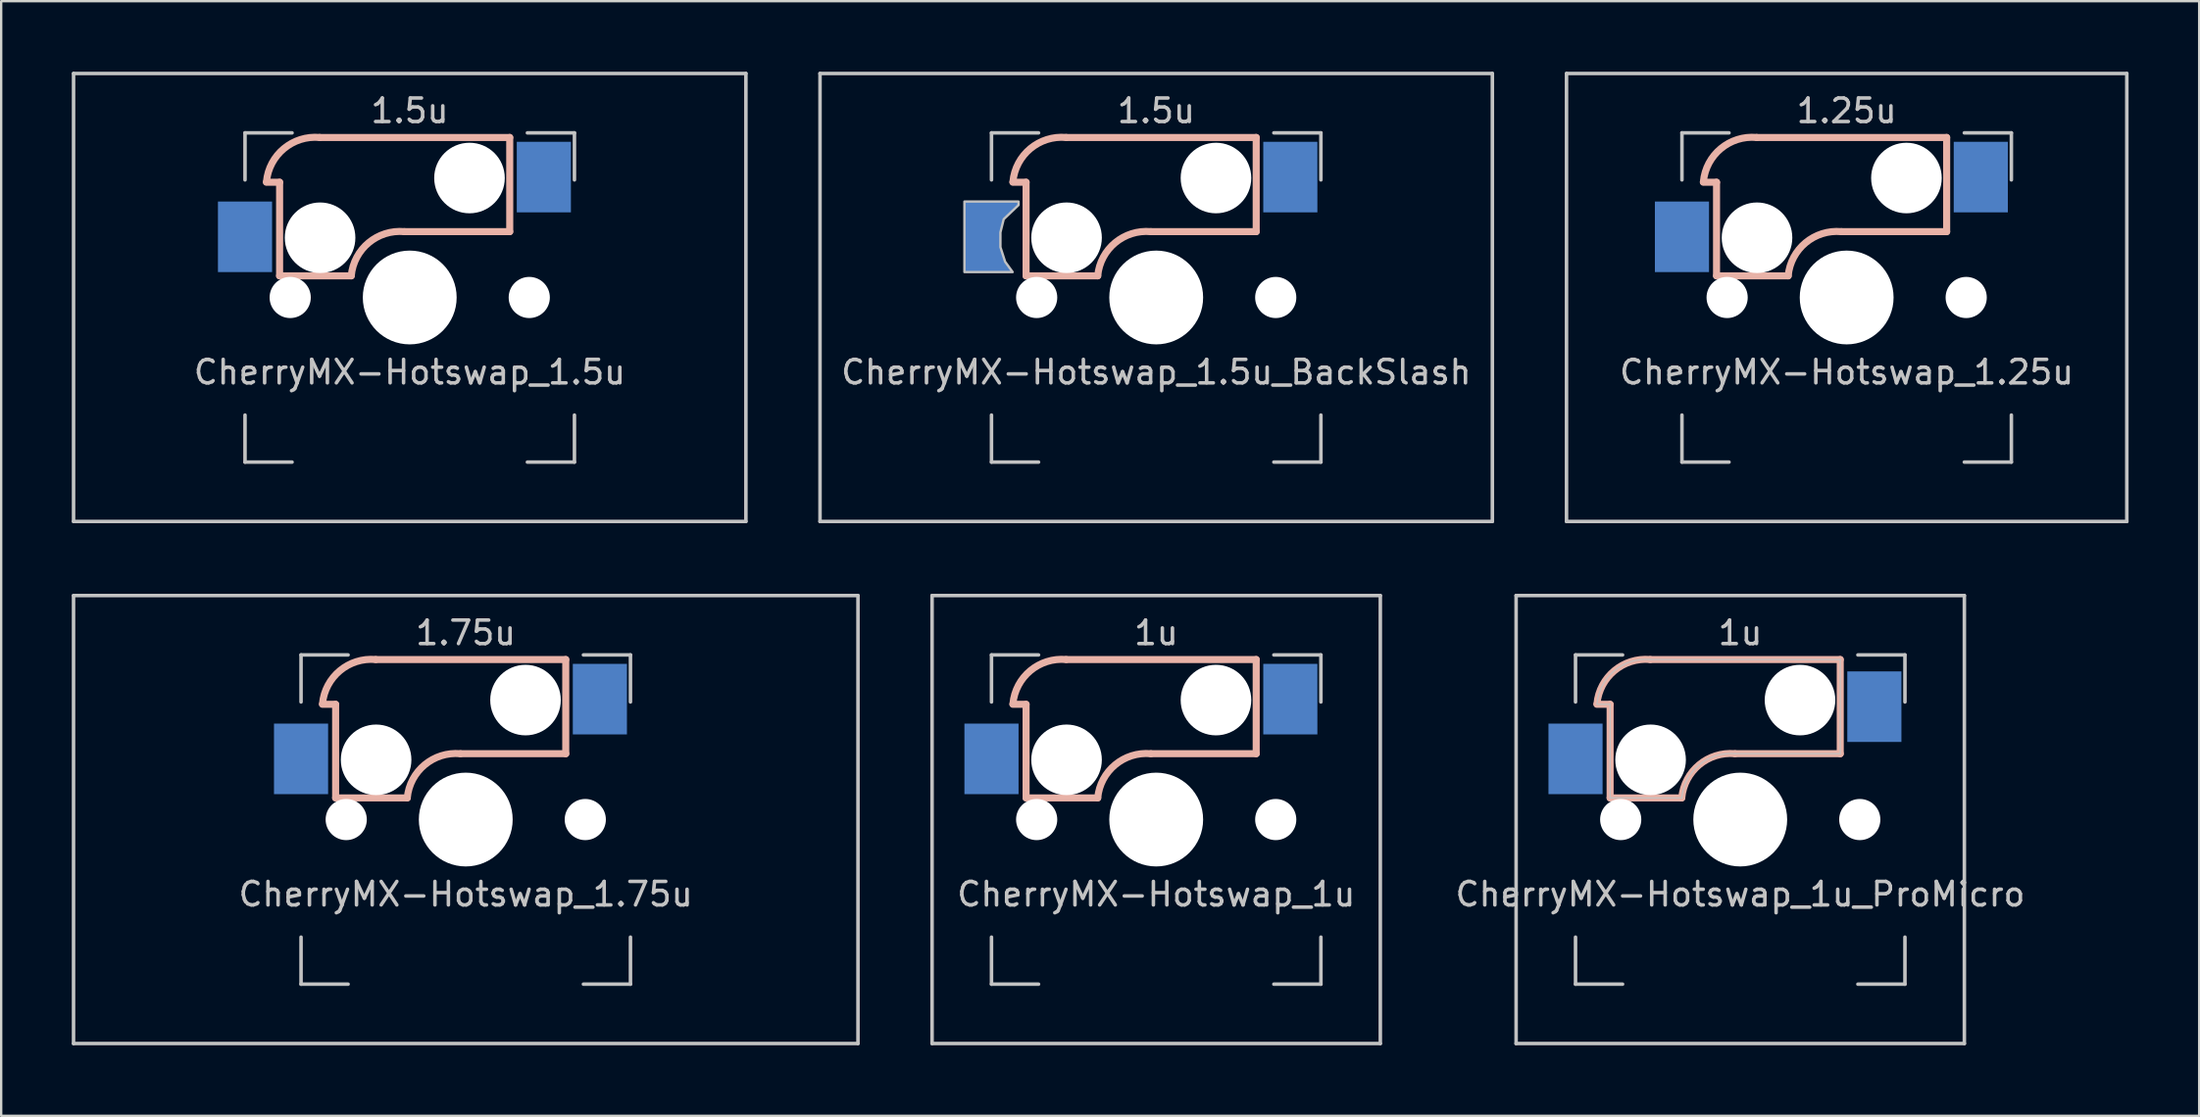
<source format=kicad_pcb>
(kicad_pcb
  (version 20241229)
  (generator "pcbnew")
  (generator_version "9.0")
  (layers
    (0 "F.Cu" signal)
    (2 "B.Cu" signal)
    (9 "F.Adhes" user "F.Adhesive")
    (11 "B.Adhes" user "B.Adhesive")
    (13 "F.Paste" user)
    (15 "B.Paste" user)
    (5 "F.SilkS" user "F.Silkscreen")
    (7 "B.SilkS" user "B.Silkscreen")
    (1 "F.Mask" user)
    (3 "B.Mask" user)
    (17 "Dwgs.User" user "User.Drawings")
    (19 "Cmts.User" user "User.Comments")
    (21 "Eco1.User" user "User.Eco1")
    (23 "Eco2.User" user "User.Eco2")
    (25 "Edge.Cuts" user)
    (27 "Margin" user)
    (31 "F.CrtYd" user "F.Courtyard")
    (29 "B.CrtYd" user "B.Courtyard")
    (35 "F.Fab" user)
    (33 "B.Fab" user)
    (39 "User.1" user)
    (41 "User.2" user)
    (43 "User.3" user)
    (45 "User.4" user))
  (footprint "CherryMX-Hotswap_1.75u"
    (layer "F.Cu")
    (at 16.744 31.8)
    (property "Reference" "CherryMX-Hotswap_1.75u" (at 0 3.175 0) (layer "Dwgs.User") (effects (font (size 1 1) (thickness 0.15))))
    (attr through_hole)
    (fp_line (start -6.09 -4.9) (end -5.53 -4.9) (stroke (width 0.3) (type solid)) (layer "B.SilkS"))
    (fp_line (start -5.53 -4.9) (end -5.53 -0.92) (stroke (width 0.3) (type solid)) (layer "B.SilkS"))
    (fp_line (start -5.53 -0.92) (end -2.485 -0.92) (stroke (width 0.3) (type solid)) (layer "B.SilkS"))
    (fp_line (start 4.25 -6.804) (end -3.825 -6.804) (stroke (width 0.3) (type solid)) (layer "B.SilkS"))
    (fp_line (start 4.25 -2.8) (end -0.225 -2.8) (stroke (width 0.3) (type solid)) (layer "B.SilkS"))
    (fp_line (start 4.25 -2.8) (end 4.25 -6.804) (stroke (width 0.3) (type solid)) (layer "B.SilkS"))
    (fp_arc (start -6.089 -4.92) (mid -5.347189 -6.33089) (end -3.825 -6.804) (stroke (width 0.3) (type solid)) (layer "B.SilkS"))
    (fp_arc (start -2.485 -0.92) (mid -1.744361 -2.328061) (end -0.225 -2.8) (stroke (width 0.3) (type solid)) (layer "B.SilkS"))
    (fp_line (start -16.669 9.525) (end -16.669 -9.525) (stroke (width 0.15) (type solid)) (layer "Dwgs.User"))
    (fp_line (start -7 -7) (end -7 -5) (stroke (width 0.15) (type solid)) (layer "Dwgs.User"))
    (fp_line (start -7 5) (end -7 7) (stroke (width 0.15) (type solid)) (layer "Dwgs.User"))
    (fp_line (start -7 7) (end -5 7) (stroke (width 0.15) (type solid)) (layer "Dwgs.User"))
    (fp_line (start -5 -7) (end -7 -7) (stroke (width 0.15) (type solid)) (layer "Dwgs.User"))
    (fp_line (start 5 -7) (end 7 -7) (stroke (width 0.15) (type solid)) (layer "Dwgs.User"))
    (fp_line (start 5 7) (end 7 7) (stroke (width 0.15) (type solid)) (layer "Dwgs.User"))
    (fp_line (start 7 -7) (end 7 -5) (stroke (width 0.15) (type solid)) (layer "Dwgs.User"))
    (fp_line (start 7 7) (end 7 5) (stroke (width 0.15) (type solid)) (layer "Dwgs.User"))
    (fp_line (start 16.669 -9.525) (end -16.669 -9.525) (stroke (width 0.15) (type solid)) (layer "Dwgs.User"))
    (fp_line (start 16.669 -9.525) (end 16.669 9.525) (stroke (width 0.15) (type solid)) (layer "Dwgs.User"))
    (fp_line (start 16.669 9.525) (end -16.669 9.525) (stroke (width 0.15) (type solid)) (layer "Dwgs.User"))
    (fp_text user "1.75u" (at 0 -7.938 0) (layer "Dwgs.User") (effects (font (size 1 1) (thickness 0.15))))
    (pad "" np_thru_hole circle (at -5.08 0 48.1) (size 1.75 1.75) (drill 1.75) (layers "*.Cu" "*.Mask"))
    (pad "" np_thru_hole circle (at -3.81 -2.54 180) (size 3 3) (drill 3) (layers "*.Cu" "*.Mask"))
    (pad "" np_thru_hole circle (at 0 0) (size 3.988 3.988) (drill 3.988) (layers "*.Cu" "*.Mask"))
    (pad "" np_thru_hole circle (at 2.54 -5.08 180) (size 3 3) (drill 3) (layers "*.Cu" "*.Mask"))
    (pad "" np_thru_hole circle (at 5.08 0 48.1) (size 1.75 1.75) (drill 1.75) (layers "*.Cu" "*.Mask"))
    (pad "1" smd rect (at -7 -2.58 180) (size 2.3 3) (layers "B.Cu" "B.Mask" "B.Paste"))
    (pad "2" smd rect (at 5.7 -5.12 180) (size 2.3 3) (layers "B.Cu" "B.Mask" "B.Paste")))
  (footprint "CherryMX-Hotswap_1u"
    (layer "F.Cu")
    (at 46.087 31.8)
    (property "Reference" "CherryMX-Hotswap_1u" (at 0 3.175 0) (layer "Dwgs.User") (effects (font (size 1 1) (thickness 0.15))))
    (attr through_hole)
    (fp_line (start -6.09 -4.9) (end -5.53 -4.9) (stroke (width 0.3) (type solid)) (layer "B.SilkS"))
    (fp_line (start -5.53 -4.9) (end -5.53 -0.92) (stroke (width 0.3) (type solid)) (layer "B.SilkS"))
    (fp_line (start -5.53 -0.92) (end -2.485 -0.92) (stroke (width 0.3) (type solid)) (layer "B.SilkS"))
    (fp_line (start 4.25 -6.804) (end -3.825 -6.804) (stroke (width 0.3) (type solid)) (layer "B.SilkS"))
    (fp_line (start 4.25 -2.8) (end -0.225 -2.8) (stroke (width 0.3) (type solid)) (layer "B.SilkS"))
    (fp_line (start 4.25 -2.8) (end 4.25 -6.804) (stroke (width 0.3) (type solid)) (layer "B.SilkS"))
    (fp_arc (start -6.089 -4.92) (mid -5.347189 -6.33089) (end -3.825 -6.804) (stroke (width 0.3) (type solid)) (layer "B.SilkS"))
    (fp_arc (start -2.485 -0.92) (mid -1.744361 -2.328061) (end -0.225 -2.8) (stroke (width 0.3) (type solid)) (layer "B.SilkS"))
    (fp_line (start -9.525 -9.525) (end 9.525 -9.525) (stroke (width 0.15) (type solid)) (layer "Dwgs.User"))
    (fp_line (start -9.525 9.525) (end -9.525 -9.525) (stroke (width 0.15) (type solid)) (layer "Dwgs.User"))
    (fp_line (start -7 -7) (end -7 -5) (stroke (width 0.15) (type solid)) (layer "Dwgs.User"))
    (fp_line (start -7 5) (end -7 7) (stroke (width 0.15) (type solid)) (layer "Dwgs.User"))
    (fp_line (start -7 7) (end -5 7) (stroke (width 0.15) (type solid)) (layer "Dwgs.User"))
    (fp_line (start -5 -7) (end -7 -7) (stroke (width 0.15) (type solid)) (layer "Dwgs.User"))
    (fp_line (start 5 -7) (end 7 -7) (stroke (width 0.15) (type solid)) (layer "Dwgs.User"))
    (fp_line (start 5 7) (end 7 7) (stroke (width 0.15) (type solid)) (layer "Dwgs.User"))
    (fp_line (start 7 -7) (end 7 -5) (stroke (width 0.15) (type solid)) (layer "Dwgs.User"))
    (fp_line (start 7 7) (end 7 5) (stroke (width 0.15) (type solid)) (layer "Dwgs.User"))
    (fp_line (start 9.525 -9.525) (end 9.525 9.525) (stroke (width 0.15) (type solid)) (layer "Dwgs.User"))
    (fp_line (start 9.525 9.525) (end -9.525 9.525) (stroke (width 0.15) (type solid)) (layer "Dwgs.User"))
    (fp_text user "1u" (at 0 -7.938 0) (layer "Dwgs.User") (effects (font (size 1 1) (thickness 0.15))))
    (pad "" np_thru_hole circle (at -5.08 0 48.1) (size 1.75 1.75) (drill 1.75) (layers "*.Cu" "*.Mask"))
    (pad "" np_thru_hole circle (at -3.81 -2.54 180) (size 3 3) (drill 3) (layers "*.Cu" "*.Mask"))
    (pad "" np_thru_hole circle (at 0 0) (size 3.988 3.988) (drill 3.988) (layers "*.Cu" "*.Mask"))
    (pad "" np_thru_hole circle (at 2.54 -5.08 180) (size 3 3) (drill 3) (layers "*.Cu" "*.Mask"))
    (pad "" np_thru_hole circle (at 5.08 0 48.1) (size 1.75 1.75) (drill 1.75) (layers "*.Cu" "*.Mask"))
    (pad "1" smd rect (at -7 -2.58 180) (size 2.3 3) (layers "B.Cu" "B.Mask" "B.Paste"))
    (pad "2" smd rect (at 5.7 -5.12 180) (size 2.3 3) (layers "B.Cu" "B.Mask" "B.Paste")))
  (footprint "CherryMX-Hotswap_1u_ProMicro"
    (layer "F.Cu")
    (at 70.908 31.8)
    (property "Reference" "CherryMX-Hotswap_1u_ProMicro" (at 0 3.175 0) (layer "Dwgs.User") (effects (font (size 1 1) (thickness 0.15))))
    (attr through_hole)
    (fp_line (start -6.09 -4.9) (end -5.53 -4.9) (stroke (width 0.3) (type solid)) (layer "B.SilkS"))
    (fp_line (start -5.53 -4.9) (end -5.53 -0.92) (stroke (width 0.3) (type solid)) (layer "B.SilkS"))
    (fp_line (start -5.53 -0.92) (end -2.485 -0.92) (stroke (width 0.3) (type solid)) (layer "B.SilkS"))
    (fp_line (start 4.25 -6.804) (end -3.825 -6.804) (stroke (width 0.3) (type solid)) (layer "B.SilkS"))
    (fp_line (start 4.25 -2.8) (end -0.225 -2.8) (stroke (width 0.3) (type solid)) (layer "B.SilkS"))
    (fp_line (start 4.25 -2.8) (end 4.25 -6.804) (stroke (width 0.3) (type solid)) (layer "B.SilkS"))
    (fp_arc (start -6.089 -4.92) (mid -5.347189 -6.33089) (end -3.825 -6.804) (stroke (width 0.3) (type solid)) (layer "B.SilkS"))
    (fp_arc (start -2.485 -0.92) (mid -1.744361 -2.328061) (end -0.225 -2.8) (stroke (width 0.3) (type solid)) (layer "B.SilkS"))
    (fp_line (start -9.525 -9.525) (end 9.525 -9.525) (stroke (width 0.15) (type solid)) (layer "Dwgs.User"))
    (fp_line (start -9.525 9.525) (end -9.525 -9.525) (stroke (width 0.15) (type solid)) (layer "Dwgs.User"))
    (fp_line (start -7 -7) (end -7 -5) (stroke (width 0.15) (type solid)) (layer "Dwgs.User"))
    (fp_line (start -7 5) (end -7 7) (stroke (width 0.15) (type solid)) (layer "Dwgs.User"))
    (fp_line (start -7 7) (end -5 7) (stroke (width 0.15) (type solid)) (layer "Dwgs.User"))
    (fp_line (start -6.09 -4.9) (end -5.53 -4.9) (stroke (width 0.05) (type solid)) (layer "Dwgs.User"))
    (fp_line (start -5.53 -4.9) (end -5.53 -0.92) (stroke (width 0.05) (type solid)) (layer "Dwgs.User"))
    (fp_line (start -5.53 -0.92) (end -2.485 -0.92) (stroke (width 0.05) (type solid)) (layer "Dwgs.User"))
    (fp_line (start -5 -7) (end -7 -7) (stroke (width 0.15) (type solid)) (layer "Dwgs.User"))
    (fp_line (start 4.25 -6.804) (end -3.825 -6.804) (stroke (width 0.05) (type solid)) (layer "Dwgs.User"))
    (fp_line (start 4.25 -2.8) (end -0.225 -2.8) (stroke (width 0.05) (type solid)) (layer "Dwgs.User"))
    (fp_line (start 4.25 -2.8) (end 4.25 -6.804) (stroke (width 0.05) (type solid)) (layer "Dwgs.User"))
    (fp_line (start 5 -7) (end 7 -7) (stroke (width 0.15) (type solid)) (layer "Dwgs.User"))
    (fp_line (start 5 7) (end 7 7) (stroke (width 0.15) (type solid)) (layer "Dwgs.User"))
    (fp_line (start 7 -7) (end 7 -5) (stroke (width 0.15) (type solid)) (layer "Dwgs.User"))
    (fp_line (start 7 7) (end 7 5) (stroke (width 0.15) (type solid)) (layer "Dwgs.User"))
    (fp_line (start 9.525 -9.525) (end 9.525 9.525) (stroke (width 0.15) (type solid)) (layer "Dwgs.User"))
    (fp_line (start 9.525 9.525) (end -9.525 9.525) (stroke (width 0.15) (type solid)) (layer "Dwgs.User"))
    (fp_arc (start -6.089 -4.92) (mid -5.347189 -6.33089) (end -3.825 -6.804) (stroke (width 0.05) (type solid)) (layer "Dwgs.User"))
    (fp_arc (start -2.485 -0.92) (mid -1.744361 -2.328061) (end -0.225 -2.8) (stroke (width 0.05) (type solid)) (layer "Dwgs.User"))
    (fp_text user "1u" (at 0 -7.938 0) (layer "Dwgs.User") (effects (font (size 1 1) (thickness 0.15))))
    (pad "" np_thru_hole circle (at -5.08 0 48.1) (size 1.75 1.75) (drill 1.75) (layers "*.Cu" "*.Mask"))
    (pad "" np_thru_hole circle (at -3.81 -2.54 180) (size 3 3) (drill 3) (layers "*.Cu" "*.Mask"))
    (pad "" np_thru_hole circle (at 0 0) (size 3.988 3.988) (drill 3.988) (layers "*.Cu" "*.Mask"))
    (pad "" np_thru_hole circle (at 2.54 -5.08 180) (size 3 3) (drill 3) (layers "*.Cu" "*.Mask"))
    (pad "" np_thru_hole circle (at 5.08 0 48.1) (size 1.75 1.75) (drill 1.75) (layers "*.Cu" "*.Mask"))
    (pad "1" smd rect (at -7 -2.58 180) (size 2.3 3) (layers "B.Cu" "B.Mask" "B.Paste"))
    (pad "2" smd rect (at 5.7 -4.8 180) (size 2.3 3) (layers "B.Cu" "B.Mask" "B.Paste")))
  (footprint "CherryMX-Hotswap_1.25u"
    (layer "F.Cu")
    (at 75.431 9.6)
    (property "Reference" "CherryMX-Hotswap_1.25u" (at 0 3.175 0) (layer "Dwgs.User") (effects (font (size 1 1) (thickness 0.15))))
    (attr through_hole)
    (fp_line (start -6.09 -4.9) (end -5.53 -4.9) (stroke (width 0.3) (type solid)) (layer "B.SilkS"))
    (fp_line (start -5.53 -4.9) (end -5.53 -0.92) (stroke (width 0.3) (type solid)) (layer "B.SilkS"))
    (fp_line (start -5.53 -0.92) (end -2.485 -0.92) (stroke (width 0.3) (type solid)) (layer "B.SilkS"))
    (fp_line (start 4.25 -6.804) (end -3.825 -6.804) (stroke (width 0.3) (type solid)) (layer "B.SilkS"))
    (fp_line (start 4.25 -2.8) (end -0.225 -2.8) (stroke (width 0.3) (type solid)) (layer "B.SilkS"))
    (fp_line (start 4.25 -2.8) (end 4.25 -6.804) (stroke (width 0.3) (type solid)) (layer "B.SilkS"))
    (fp_arc (start -6.089 -4.92) (mid -5.347189 -6.33089) (end -3.825 -6.804) (stroke (width 0.3) (type solid)) (layer "B.SilkS"))
    (fp_arc (start -2.485 -0.92) (mid -1.744361 -2.328061) (end -0.225 -2.8) (stroke (width 0.3) (type solid)) (layer "B.SilkS"))
    (fp_line (start -11.906 9.525) (end -11.906 -9.525) (stroke (width 0.15) (type solid)) (layer "Dwgs.User"))
    (fp_line (start -7 -7) (end -7 -5) (stroke (width 0.15) (type solid)) (layer "Dwgs.User"))
    (fp_line (start -7 5) (end -7 7) (stroke (width 0.15) (type solid)) (layer "Dwgs.User"))
    (fp_line (start -7 7) (end -5 7) (stroke (width 0.15) (type solid)) (layer "Dwgs.User"))
    (fp_line (start -5 -7) (end -7 -7) (stroke (width 0.15) (type solid)) (layer "Dwgs.User"))
    (fp_line (start 5 -7) (end 7 -7) (stroke (width 0.15) (type solid)) (layer "Dwgs.User"))
    (fp_line (start 5 7) (end 7 7) (stroke (width 0.15) (type solid)) (layer "Dwgs.User"))
    (fp_line (start 7 -7) (end 7 -5) (stroke (width 0.15) (type solid)) (layer "Dwgs.User"))
    (fp_line (start 7 7) (end 7 5) (stroke (width 0.15) (type solid)) (layer "Dwgs.User"))
    (fp_line (start 11.906 -9.525) (end -11.906 -9.525) (stroke (width 0.15) (type solid)) (layer "Dwgs.User"))
    (fp_line (start 11.906 9.525) (end -11.906 9.525) (stroke (width 0.15) (type solid)) (layer "Dwgs.User"))
    (fp_line (start 11.906 9.525) (end 11.906 -9.525) (stroke (width 0.15) (type solid)) (layer "Dwgs.User"))
    (fp_text user "1.25u" (at 0 -7.938 0) (layer "Dwgs.User") (effects (font (size 1 1) (thickness 0.15))))
    (pad "" np_thru_hole circle (at -5.08 0 48.1) (size 1.75 1.75) (drill 1.75) (layers "*.Cu" "*.Mask"))
    (pad "" np_thru_hole circle (at -3.81 -2.54 180) (size 3 3) (drill 3) (layers "*.Cu" "*.Mask"))
    (pad "" np_thru_hole circle (at 0 0) (size 3.988 3.988) (drill 3.988) (layers "*.Cu" "*.Mask"))
    (pad "" np_thru_hole circle (at 2.54 -5.08 180) (size 3 3) (drill 3) (layers "*.Cu" "*.Mask"))
    (pad "" np_thru_hole circle (at 5.08 0 48.1) (size 1.75 1.75) (drill 1.75) (layers "*.Cu" "*.Mask"))
    (pad "1" smd rect (at -7 -2.58 180) (size 2.3 3) (layers "B.Cu" "B.Mask" "B.Paste"))
    (pad "2" smd rect (at 5.7 -5.12 180) (size 2.3 3) (layers "B.Cu" "B.Mask" "B.Paste")))
  (footprint "CherryMX-Hotswap_1.5u_BackSlash"
    (layer "F.Cu")
    (at 46.087 9.6)
    (property "Reference" "CherryMX-Hotswap_1.5u_BackSlash" (at 0 3.175 0) (layer "Dwgs.User") (effects (font (size 1 1) (thickness 0.15))))
    (attr through_hole)
    (fp_line (start -6.09 -4.9) (end -5.53 -4.9) (stroke (width 0.3) (type solid)) (layer "B.SilkS"))
    (fp_line (start -5.53 -4.9) (end -5.53 -0.92) (stroke (width 0.3) (type solid)) (layer "B.SilkS"))
    (fp_line (start -5.53 -0.92) (end -2.485 -0.92) (stroke (width 0.3) (type solid)) (layer "B.SilkS"))
    (fp_line (start 4.25 -6.804) (end -3.825 -6.804) (stroke (width 0.3) (type solid)) (layer "B.SilkS"))
    (fp_line (start 4.25 -2.8) (end -0.225 -2.8) (stroke (width 0.3) (type solid)) (layer "B.SilkS"))
    (fp_line (start 4.25 -2.8) (end 4.25 -6.804) (stroke (width 0.3) (type solid)) (layer "B.SilkS"))
    (fp_arc (start -6.089 -4.92) (mid -5.347189 -6.33089) (end -3.825 -6.804) (stroke (width 0.3) (type solid)) (layer "B.SilkS"))
    (fp_arc (start -2.485 -0.92) (mid -1.744361 -2.328061) (end -0.225 -2.8) (stroke (width 0.3) (type solid)) (layer "B.SilkS"))
    (fp_line (start -14.287 9.525) (end -14.287 -9.525) (stroke (width 0.15) (type solid)) (layer "Dwgs.User"))
    (fp_line (start -7 -7) (end -7 -5) (stroke (width 0.15) (type solid)) (layer "Dwgs.User"))
    (fp_line (start -7 5) (end -7 7) (stroke (width 0.15) (type solid)) (layer "Dwgs.User"))
    (fp_line (start -7 7) (end -5 7) (stroke (width 0.15) (type solid)) (layer "Dwgs.User"))
    (fp_line (start -5 -7) (end -7 -7) (stroke (width 0.15) (type solid)) (layer "Dwgs.User"))
    (fp_line (start 5 -7) (end 7 -7) (stroke (width 0.15) (type solid)) (layer "Dwgs.User"))
    (fp_line (start 5 7) (end 7 7) (stroke (width 0.15) (type solid)) (layer "Dwgs.User"))
    (fp_line (start 7 -7) (end 7 -5) (stroke (width 0.15) (type solid)) (layer "Dwgs.User"))
    (fp_line (start 7 7) (end 7 5) (stroke (width 0.15) (type solid)) (layer "Dwgs.User"))
    (fp_line (start 14.287 -9.525) (end -14.287 -9.525) (stroke (width 0.15) (type solid)) (layer "Dwgs.User"))
    (fp_line (start 14.287 -9.525) (end 14.287 9.525) (stroke (width 0.15) (type solid)) (layer "Dwgs.User"))
    (fp_line (start 14.287 9.525) (end -14.287 9.525) (stroke (width 0.15) (type solid)) (layer "Dwgs.User"))
    (fp_poly (pts (xy -5.85 -3.93) (xy -6.48 -3.33) (xy -6.62 -2.77) (xy -6.62 -2.14) (xy -6.42 -1.52) (xy -6.1 -1.08) (xy -8.15 -1.08) (xy -8.15 -4.08) (xy -5.85 -4.08)) (stroke (width 0.1) (type solid)) (fill no) (layer "Dwgs.User"))
    (fp_text user "1.5u" (at 0 -7.938 0) (layer "Dwgs.User") (effects (font (size 1 1) (thickness 0.15))))
    (pad "" np_thru_hole circle (at -5.08 0 48.1) (size 1.75 1.75) (drill 1.75) (layers "*.Cu" "*.Mask"))
    (pad "" np_thru_hole circle (at -3.81 -2.54 180) (size 3 3) (drill 3) (layers "*.Cu" "*.Mask"))
    (pad "" np_thru_hole circle (at 0 0) (size 3.988 3.988) (drill 3.988) (layers "*.Cu" "*.Mask"))
    (pad "" np_thru_hole circle (at 2.54 -5.08 180) (size 3 3) (drill 3) (layers "*.Cu" "*.Mask"))
    (pad "" np_thru_hole circle (at 5.08 0 48.1) (size 1.75 1.75) (drill 1.75) (layers "*.Cu" "*.Mask"))
    (pad "1" smd custom (at -7.4 -2.58) (size 1 1) (layers "B.Cu" "B.Mask" "B.Paste") (options (anchor rect)) (primitives (gr_poly (pts (xy 1.55 -1.35) (xy 0.92 -0.75) (xy 0.78 -0.19) (xy 0.78 0.44) (xy 0.98 1.06) (xy 1.3 1.5) (xy -0.75 1.5) (xy -0.75 -1.5) (xy 1.55 -1.5)) (width 0) (fill yes))))
    (pad "2" smd rect (at 5.7 -5.12 180) (size 2.3 3) (layers "B.Cu" "B.Mask" "B.Paste")))
  (footprint "CherryMX-Hotswap_1.5u"
    (layer "F.Cu")
    (at 14.363 9.6)
    (property "Reference" "CherryMX-Hotswap_1.5u" (at 0 3.175 0) (layer "Dwgs.User") (effects (font (size 1 1) (thickness 0.15))))
    (attr through_hole)
    (fp_line (start -6.09 -4.9) (end -5.53 -4.9) (stroke (width 0.3) (type solid)) (layer "B.SilkS"))
    (fp_line (start -5.53 -4.9) (end -5.53 -0.92) (stroke (width 0.3) (type solid)) (layer "B.SilkS"))
    (fp_line (start -5.53 -0.92) (end -2.485 -0.92) (stroke (width 0.3) (type solid)) (layer "B.SilkS"))
    (fp_line (start 4.25 -6.804) (end -3.825 -6.804) (stroke (width 0.3) (type solid)) (layer "B.SilkS"))
    (fp_line (start 4.25 -2.8) (end -0.225 -2.8) (stroke (width 0.3) (type solid)) (layer "B.SilkS"))
    (fp_line (start 4.25 -2.8) (end 4.25 -6.804) (stroke (width 0.3) (type solid)) (layer "B.SilkS"))
    (fp_arc (start -6.089 -4.92) (mid -5.347189 -6.33089) (end -3.825 -6.804) (stroke (width 0.3) (type solid)) (layer "B.SilkS"))
    (fp_arc (start -2.485 -0.92) (mid -1.744361 -2.328061) (end -0.225 -2.8) (stroke (width 0.3) (type solid)) (layer "B.SilkS"))
    (fp_line (start -14.287 9.525) (end -14.287 -9.525) (stroke (width 0.15) (type solid)) (layer "Dwgs.User"))
    (fp_line (start -7 -7) (end -7 -5) (stroke (width 0.15) (type solid)) (layer "Dwgs.User"))
    (fp_line (start -7 5) (end -7 7) (stroke (width 0.15) (type solid)) (layer "Dwgs.User"))
    (fp_line (start -7 7) (end -5 7) (stroke (width 0.15) (type solid)) (layer "Dwgs.User"))
    (fp_line (start -5 -7) (end -7 -7) (stroke (width 0.15) (type solid)) (layer "Dwgs.User"))
    (fp_line (start 5 -7) (end 7 -7) (stroke (width 0.15) (type solid)) (layer "Dwgs.User"))
    (fp_line (start 5 7) (end 7 7) (stroke (width 0.15) (type solid)) (layer "Dwgs.User"))
    (fp_line (start 7 -7) (end 7 -5) (stroke (width 0.15) (type solid)) (layer "Dwgs.User"))
    (fp_line (start 7 7) (end 7 5) (stroke (width 0.15) (type solid)) (layer "Dwgs.User"))
    (fp_line (start 14.287 -9.525) (end -14.287 -9.525) (stroke (width 0.15) (type solid)) (layer "Dwgs.User"))
    (fp_line (start 14.287 -9.525) (end 14.287 9.525) (stroke (width 0.15) (type solid)) (layer "Dwgs.User"))
    (fp_line (start 14.287 9.525) (end -14.287 9.525) (stroke (width 0.15) (type solid)) (layer "Dwgs.User"))
    (fp_text user "1.5u" (at 0 -7.938 0) (layer "Dwgs.User") (effects (font (size 1 1) (thickness 0.15))))
    (pad "" np_thru_hole circle (at -5.08 0 48.1) (size 1.75 1.75) (drill 1.75) (layers "*.Cu" "*.Mask"))
    (pad "" np_thru_hole circle (at -3.81 -2.54 180) (size 3 3) (drill 3) (layers "*.Cu" "*.Mask"))
    (pad "" np_thru_hole circle (at 0 0) (size 3.988 3.988) (drill 3.988) (layers "*.Cu" "*.Mask"))
    (pad "" np_thru_hole circle (at 2.54 -5.08 180) (size 3 3) (drill 3) (layers "*.Cu" "*.Mask"))
    (pad "" np_thru_hole circle (at 5.08 0 48.1) (size 1.75 1.75) (drill 1.75) (layers "*.Cu" "*.Mask"))
    (pad "1" smd rect (at -7 -2.58 180) (size 2.3 3) (layers "B.Cu" "B.Mask" "B.Paste"))
    (pad "2" smd rect (at 5.7 -5.12 180) (size 2.3 3) (layers "B.Cu" "B.Mask" "B.Paste")))
  (gr_rect
    (start -3 -3)
    (end 90.412 44.4)
    (stroke (width 0.1) (type default))
    (fill no)
    (layer "Edge.Cuts")))
</source>
